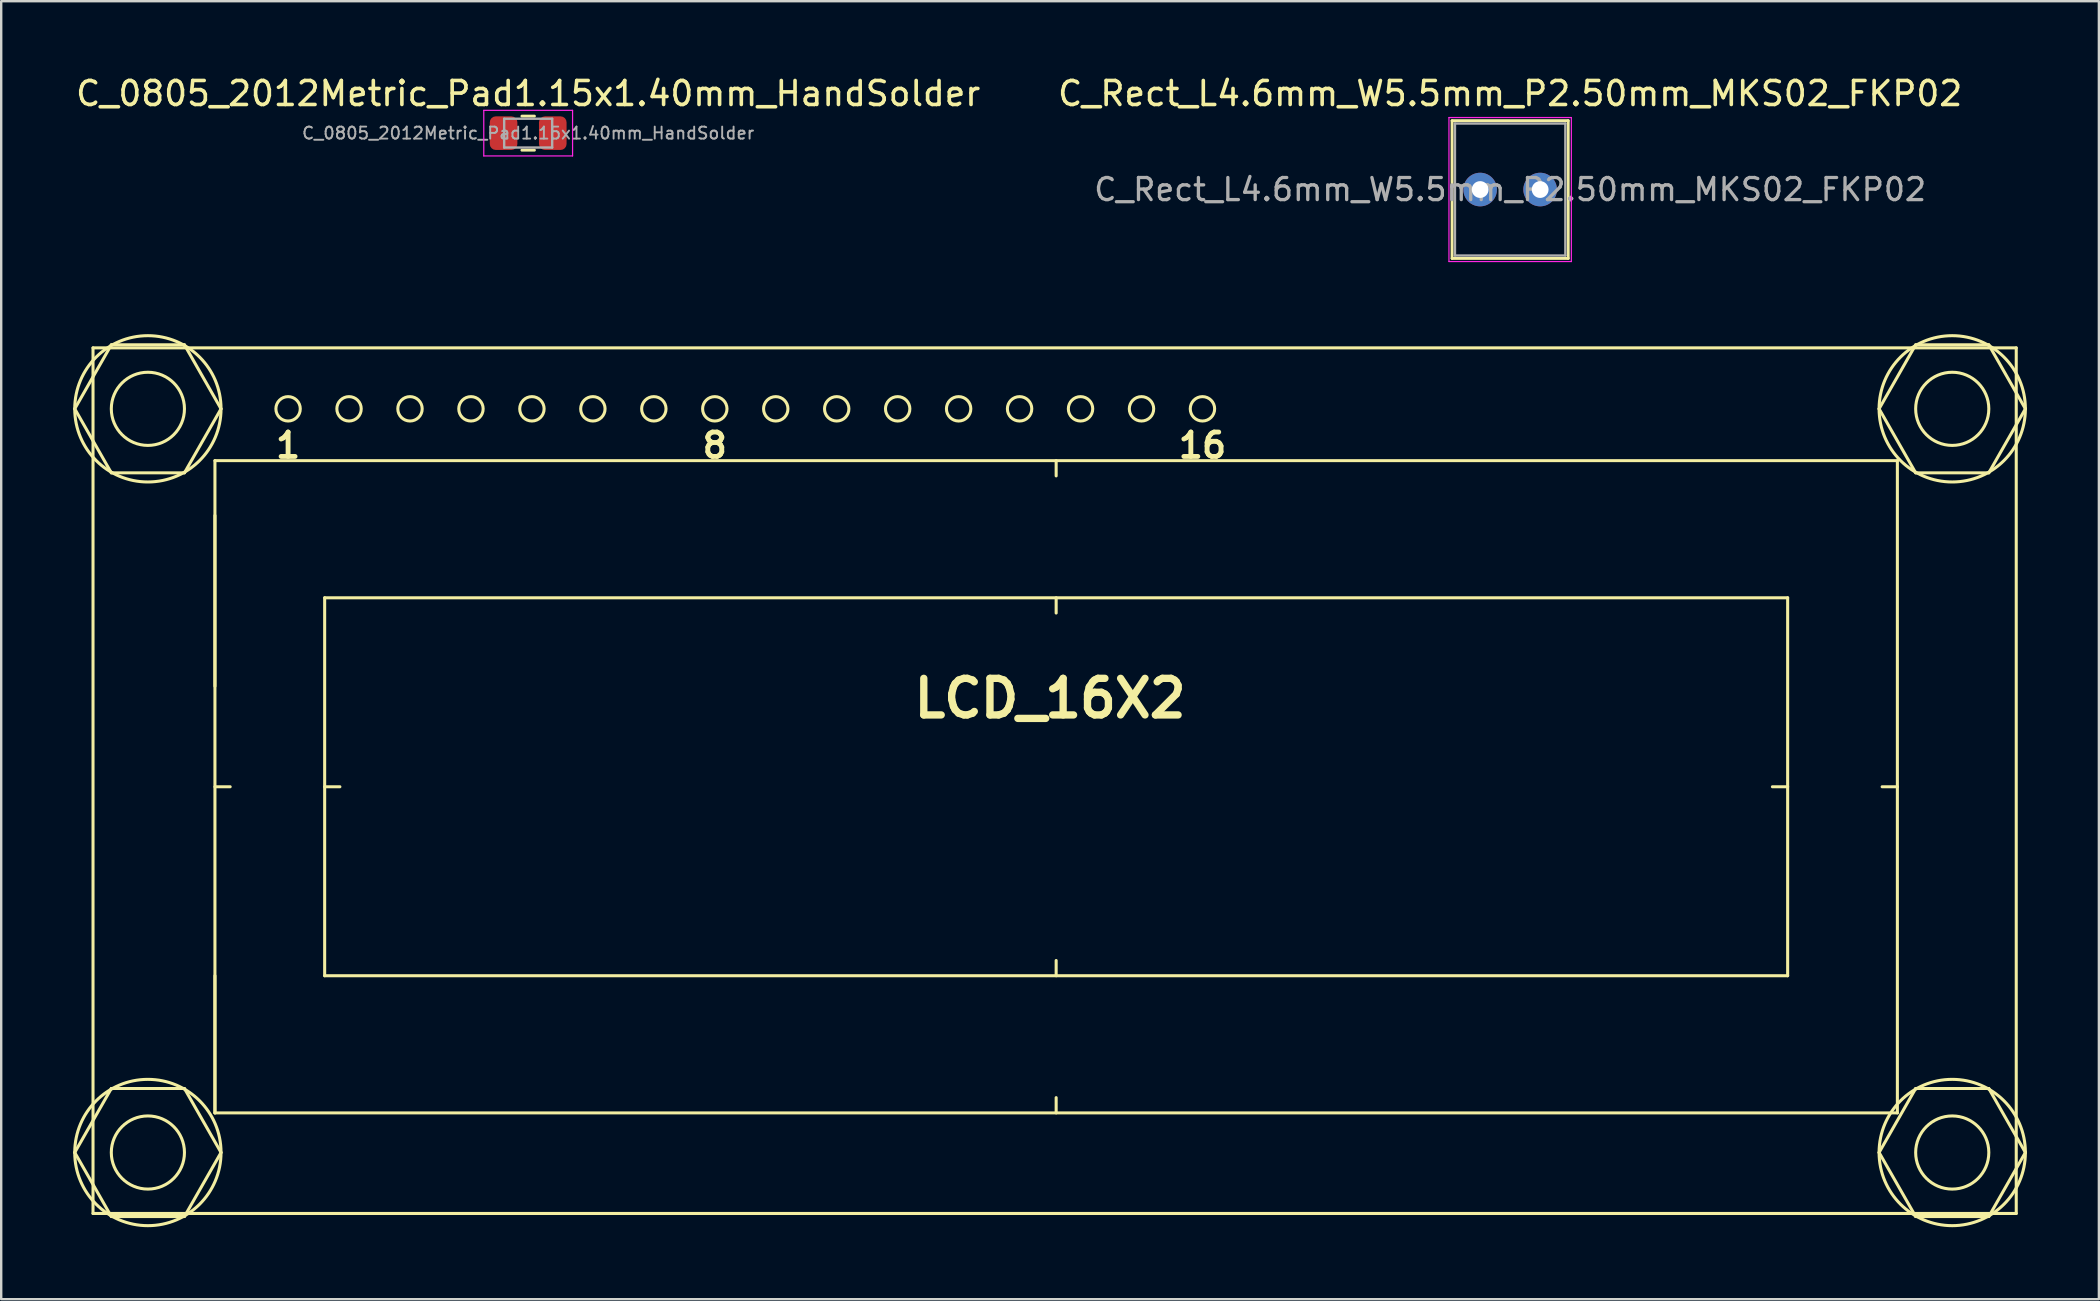
<source format=kicad_pcb>
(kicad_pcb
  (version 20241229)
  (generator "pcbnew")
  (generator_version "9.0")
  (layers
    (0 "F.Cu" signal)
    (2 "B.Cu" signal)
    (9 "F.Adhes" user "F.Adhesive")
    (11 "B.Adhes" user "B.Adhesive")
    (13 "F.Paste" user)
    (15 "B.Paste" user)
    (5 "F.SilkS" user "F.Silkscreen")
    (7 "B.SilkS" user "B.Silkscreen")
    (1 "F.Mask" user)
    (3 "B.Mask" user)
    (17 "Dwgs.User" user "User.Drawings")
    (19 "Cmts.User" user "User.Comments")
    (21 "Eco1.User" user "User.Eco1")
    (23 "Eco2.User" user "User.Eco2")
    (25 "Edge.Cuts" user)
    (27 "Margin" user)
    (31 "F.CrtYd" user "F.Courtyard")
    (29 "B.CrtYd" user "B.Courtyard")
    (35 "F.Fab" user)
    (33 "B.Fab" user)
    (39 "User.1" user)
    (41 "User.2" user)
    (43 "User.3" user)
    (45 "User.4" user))
  (footprint "LCD_16X2"
    (layer "F.Cu")
    (at 8.954 13.985)
    (property "Reference" "LCD_16X2" (at 31.75 12.065 0) (layer "F.SilkS") (effects (font (size 1.524 1.524) (thickness 0.305))))
    (attr through_hole)
    (fp_line (start -8.89 0) (end -7.366 2.667) (stroke (width 0.127) (type solid)) (layer "F.SilkS"))
    (fp_line (start -8.89 30.988) (end -7.366 28.321) (stroke (width 0.127) (type solid)) (layer "F.SilkS"))
    (fp_line (start -8.128 -2.54) (end -8.128 33.528) (stroke (width 0.127) (type solid)) (layer "F.SilkS"))
    (fp_line (start -8.128 33.528) (end 72.009 33.528) (stroke (width 0.127) (type solid)) (layer "F.SilkS"))
    (fp_line (start -7.366 -2.667) (end -8.89 0) (stroke (width 0.127) (type solid)) (layer "F.SilkS"))
    (fp_line (start -7.366 2.667) (end -4.318 2.667) (stroke (width 0.127) (type solid)) (layer "F.SilkS"))
    (fp_line (start -7.366 28.321) (end -4.318 28.321) (stroke (width 0.127) (type solid)) (layer "F.SilkS"))
    (fp_line (start -7.366 33.655) (end -8.89 30.988) (stroke (width 0.127) (type solid)) (layer "F.SilkS"))
    (fp_line (start -4.318 -2.667) (end -7.366 -2.667) (stroke (width 0.127) (type solid)) (layer "F.SilkS"))
    (fp_line (start -4.318 2.667) (end -2.794 0) (stroke (width 0.127) (type solid)) (layer "F.SilkS"))
    (fp_line (start -4.318 28.321) (end -2.794 30.988) (stroke (width 0.127) (type solid)) (layer "F.SilkS"))
    (fp_line (start -4.318 33.655) (end -7.366 33.655) (stroke (width 0.127) (type solid)) (layer "F.SilkS"))
    (fp_line (start -3.048 2.159) (end -3.048 29.337) (stroke (width 0.127) (type solid)) (layer "F.SilkS"))
    (fp_line (start -3.048 2.159) (end 67.056 2.159) (stroke (width 0.127) (type solid)) (layer "F.SilkS"))
    (fp_line (start -3.048 4.445) (end -3.048 11.557) (stroke (width 0.127) (type solid)) (layer "F.SilkS"))
    (fp_line (start -3.048 15.748) (end -2.413 15.748) (stroke (width 0.127) (type solid)) (layer "F.SilkS"))
    (fp_line (start -3.048 29.337) (end -3.048 23.622) (stroke (width 0.127) (type solid)) (layer "F.SilkS"))
    (fp_line (start -3.048 29.337) (end 67.056 29.337) (stroke (width 0.127) (type solid)) (layer "F.SilkS"))
    (fp_line (start -2.794 0) (end -4.318 -2.667) (stroke (width 0.127) (type solid)) (layer "F.SilkS"))
    (fp_line (start -2.794 30.988) (end -4.318 33.655) (stroke (width 0.127) (type solid)) (layer "F.SilkS"))
    (fp_line (start 1.524 7.874) (end 62.484 7.874) (stroke (width 0.127) (type solid)) (layer "F.SilkS"))
    (fp_line (start 1.524 15.748) (end 2.159 15.748) (stroke (width 0.127) (type solid)) (layer "F.SilkS"))
    (fp_line (start 1.524 23.622) (end 1.524 7.874) (stroke (width 0.127) (type solid)) (layer "F.SilkS"))
    (fp_line (start 32.004 2.159) (end 32.004 2.794) (stroke (width 0.127) (type solid)) (layer "F.SilkS"))
    (fp_line (start 32.004 7.874) (end 32.004 8.509) (stroke (width 0.127) (type solid)) (layer "F.SilkS"))
    (fp_line (start 32.004 23.622) (end 32.004 22.987) (stroke (width 0.127) (type solid)) (layer "F.SilkS"))
    (fp_line (start 32.004 29.337) (end 32.004 28.702) (stroke (width 0.127) (type solid)) (layer "F.SilkS"))
    (fp_line (start 62.484 7.874) (end 62.484 23.622) (stroke (width 0.127) (type solid)) (layer "F.SilkS"))
    (fp_line (start 62.484 15.748) (end 61.849 15.748) (stroke (width 0.127) (type solid)) (layer "F.SilkS"))
    (fp_line (start 62.484 23.622) (end 1.524 23.622) (stroke (width 0.127) (type solid)) (layer "F.SilkS"))
    (fp_line (start 66.294 0) (end 67.818 2.667) (stroke (width 0.127) (type solid)) (layer "F.SilkS"))
    (fp_line (start 66.294 30.988) (end 67.818 28.321) (stroke (width 0.127) (type solid)) (layer "F.SilkS"))
    (fp_line (start 67.056 15.748) (end 66.421 15.748) (stroke (width 0.127) (type solid)) (layer "F.SilkS"))
    (fp_line (start 67.056 29.337) (end 67.056 2.159) (stroke (width 0.127) (type solid)) (layer "F.SilkS"))
    (fp_line (start 67.818 -2.667) (end 66.294 0) (stroke (width 0.127) (type solid)) (layer "F.SilkS"))
    (fp_line (start 67.818 2.667) (end 70.866 2.667) (stroke (width 0.127) (type solid)) (layer "F.SilkS"))
    (fp_line (start 67.818 28.321) (end 70.866 28.321) (stroke (width 0.127) (type solid)) (layer "F.SilkS"))
    (fp_line (start 67.818 33.655) (end 66.294 30.988) (stroke (width 0.127) (type solid)) (layer "F.SilkS"))
    (fp_line (start 70.866 -2.667) (end 67.818 -2.667) (stroke (width 0.127) (type solid)) (layer "F.SilkS"))
    (fp_line (start 70.866 2.667) (end 72.39 0) (stroke (width 0.127) (type solid)) (layer "F.SilkS"))
    (fp_line (start 70.866 28.321) (end 72.39 30.988) (stroke (width 0.127) (type solid)) (layer "F.SilkS"))
    (fp_line (start 70.866 33.655) (end 67.818 33.655) (stroke (width 0.127) (type solid)) (layer "F.SilkS"))
    (fp_line (start 72.009 -2.54) (end -8.128 -2.54) (stroke (width 0.127) (type solid)) (layer "F.SilkS"))
    (fp_line (start 72.009 33.528) (end 72.009 -2.54) (stroke (width 0.127) (type solid)) (layer "F.SilkS"))
    (fp_line (start 72.39 0) (end 70.866 -2.667) (stroke (width 0.127) (type solid)) (layer "F.SilkS"))
    (fp_line (start 72.39 30.988) (end 70.866 33.655) (stroke (width 0.127) (type solid)) (layer "F.SilkS"))
    (fp_circle (center -5.842 0) (end -4.318 0) (stroke (width 0.127) (type solid)) (fill no) (layer "F.SilkS"))
    (fp_circle (center -5.842 0) (end -2.794 0) (stroke (width 0.127) (type solid)) (fill no) (layer "F.SilkS"))
    (fp_circle (center -5.842 30.988) (end -8.89 30.988) (stroke (width 0.127) (type solid)) (fill no) (layer "F.SilkS"))
    (fp_circle (center -5.842 30.988) (end -4.318 30.988) (stroke (width 0.127) (type solid)) (fill no) (layer "F.SilkS"))
    (fp_circle (center 0 0) (end 0.508 0) (stroke (width 0.127) (type solid)) (fill no) (layer "F.SilkS"))
    (fp_circle (center 2.54 0) (end 3.048 0) (stroke (width 0.127) (type solid)) (fill no) (layer "F.SilkS"))
    (fp_circle (center 5.08 0) (end 5.588 0) (stroke (width 0.127) (type solid)) (fill no) (layer "F.SilkS"))
    (fp_circle (center 7.62 0) (end 8.128 0) (stroke (width 0.127) (type solid)) (fill no) (layer "F.SilkS"))
    (fp_circle (center 10.16 0) (end 10.668 0) (stroke (width 0.127) (type solid)) (fill no) (layer "F.SilkS"))
    (fp_circle (center 12.7 0) (end 13.208 0) (stroke (width 0.127) (type solid)) (fill no) (layer "F.SilkS"))
    (fp_circle (center 15.24 0) (end 15.748 0) (stroke (width 0.127) (type solid)) (fill no) (layer "F.SilkS"))
    (fp_circle (center 17.78 0) (end 18.288 0) (stroke (width 0.127) (type solid)) (fill no) (layer "F.SilkS"))
    (fp_circle (center 20.32 0) (end 20.828 0) (stroke (width 0.127) (type solid)) (fill no) (layer "F.SilkS"))
    (fp_circle (center 22.86 0) (end 23.368 0) (stroke (width 0.127) (type solid)) (fill no) (layer "F.SilkS"))
    (fp_circle (center 25.4 0) (end 25.908 0) (stroke (width 0.127) (type solid)) (fill no) (layer "F.SilkS"))
    (fp_circle (center 27.94 0) (end 28.448 0) (stroke (width 0.127) (type solid)) (fill no) (layer "F.SilkS"))
    (fp_circle (center 30.48 0) (end 30.988 0) (stroke (width 0.127) (type solid)) (fill no) (layer "F.SilkS"))
    (fp_circle (center 33.02 0) (end 32.512 0) (stroke (width 0.127) (type solid)) (fill no) (layer "F.SilkS"))
    (fp_circle (center 35.56 0) (end 36.068 0) (stroke (width 0.127) (type solid)) (fill no) (layer "F.SilkS"))
    (fp_circle (center 38.1 0) (end 38.608 0) (stroke (width 0.127) (type solid)) (fill no) (layer "F.SilkS"))
    (fp_circle (center 69.342 0) (end 70.866 0) (stroke (width 0.127) (type solid)) (fill no) (layer "F.SilkS"))
    (fp_circle (center 69.342 0) (end 72.39 0) (stroke (width 0.127) (type solid)) (fill no) (layer "F.SilkS"))
    (fp_circle (center 69.342 30.988) (end 70.866 30.988) (stroke (width 0.127) (type solid)) (fill no) (layer "F.SilkS"))
    (fp_circle (center 69.342 30.988) (end 72.39 30.988) (stroke (width 0.127) (type solid)) (fill no) (layer "F.SilkS"))
    (fp_text user "8" (at 17.78 1.524 0) (layer "F.SilkS") (effects (font (size 1.016 1.016) (thickness 0.203))))
    (fp_text user "1" (at 0 1.524 0) (layer "F.SilkS") (effects (font (size 1.016 1.016) (thickness 0.203))))
    (fp_text user "16" (at 38.1 1.524 0) (layer "F.SilkS") (effects (font (size 1.016 1.016) (thickness 0.203)))))
  (footprint "C_0805_2012Metric_Pad1.15x1.40mm_HandSolder"
    (layer "F.Cu")
    (at 18.958 2.498)
    (property "Reference" "C_0805_2012Metric_Pad1.15x1.40mm_HandSolder" (at 0 -1.65 0) (layer "F.SilkS") (effects (font (size 1 1) (thickness 0.15))))
    (attr smd)
    (fp_line (start -0.261 -0.71) (end 0.261 -0.71) (stroke (width 0.12) (type solid)) (layer "F.SilkS"))
    (fp_line (start -0.261 0.71) (end 0.261 0.71) (stroke (width 0.12) (type solid)) (layer "F.SilkS"))
    (fp_line (start -1.85 -0.95) (end 1.85 -0.95) (stroke (width 0.05) (type solid)) (layer "F.CrtYd"))
    (fp_line (start -1.85 0.95) (end -1.85 -0.95) (stroke (width 0.05) (type solid)) (layer "F.CrtYd"))
    (fp_line (start 1.85 -0.95) (end 1.85 0.95) (stroke (width 0.05) (type solid)) (layer "F.CrtYd"))
    (fp_line (start 1.85 0.95) (end -1.85 0.95) (stroke (width 0.05) (type solid)) (layer "F.CrtYd"))
    (fp_line (start -1 -0.6) (end 1 -0.6) (stroke (width 0.1) (type solid)) (layer "F.Fab"))
    (fp_line (start -1 0.6) (end -1 -0.6) (stroke (width 0.1) (type solid)) (layer "F.Fab"))
    (fp_line (start 1 -0.6) (end 1 0.6) (stroke (width 0.1) (type solid)) (layer "F.Fab"))
    (fp_line (start 1 0.6) (end -1 0.6) (stroke (width 0.1) (type solid)) (layer "F.Fab"))
    (fp_text user "${REFERENCE}" (at 0 0 0) (layer "F.Fab") (effects (font (size 0.5 0.5) (thickness 0.08))))
    (pad "1" smd roundrect (at -1.025 0) (size 1.15 1.4) (layers "F.Cu" "F.Mask" "F.Paste") (roundrect_rratio 0.217))
    (pad "2" smd roundrect (at 1.025 0) (size 1.15 1.4) (layers "F.Cu" "F.Mask" "F.Paste") (roundrect_rratio 0.217)))
  (footprint "C_Rect_L4.6mm_W5.5mm_P2.50mm_MKS02_FKP02"
    (layer "F.Cu")
    (at 58.625 4.848)
    (property "Reference" "C_Rect_L4.6mm_W5.5mm_P2.50mm_MKS02_FKP02" (at 1.25 -4 0) (layer "F.SilkS") (effects (font (size 1 1) (thickness 0.15))))
    (attr through_hole)
    (fp_line (start -1.17 -2.87) (end -1.17 2.87) (stroke (width 0.12) (type solid)) (layer "F.SilkS"))
    (fp_line (start -1.17 -2.87) (end 3.67 -2.87) (stroke (width 0.12) (type solid)) (layer "F.SilkS"))
    (fp_line (start -1.17 2.87) (end 3.67 2.87) (stroke (width 0.12) (type solid)) (layer "F.SilkS"))
    (fp_line (start 3.67 -2.87) (end 3.67 2.87) (stroke (width 0.12) (type solid)) (layer "F.SilkS"))
    (fp_line (start -1.3 -3) (end -1.3 3) (stroke (width 0.05) (type solid)) (layer "F.CrtYd"))
    (fp_line (start -1.3 3) (end 3.8 3) (stroke (width 0.05) (type solid)) (layer "F.CrtYd"))
    (fp_line (start 3.8 -3) (end -1.3 -3) (stroke (width 0.05) (type solid)) (layer "F.CrtYd"))
    (fp_line (start 3.8 3) (end 3.8 -3) (stroke (width 0.05) (type solid)) (layer "F.CrtYd"))
    (fp_line (start -1.05 -2.75) (end -1.05 2.75) (stroke (width 0.1) (type solid)) (layer "F.Fab"))
    (fp_line (start -1.05 2.75) (end 3.55 2.75) (stroke (width 0.1) (type solid)) (layer "F.Fab"))
    (fp_line (start 3.55 -2.75) (end -1.05 -2.75) (stroke (width 0.1) (type solid)) (layer "F.Fab"))
    (fp_line (start 3.55 2.75) (end 3.55 -2.75) (stroke (width 0.1) (type solid)) (layer "F.Fab"))
    (fp_text user "${REFERENCE}" (at 1.25 0 0) (layer "F.Fab") (effects (font (size 0.92 0.92) (thickness 0.138))))
    (pad "1" thru_hole circle (at 0 0) (size 1.4 1.4) (drill 0.7) (layers "*.Cu" "*.Mask"))
    (pad "2" thru_hole circle (at 2.5 0) (size 1.4 1.4) (drill 0.7) (layers "*.Cu" "*.Mask")))
  (gr_rect
    (start -3 -3)
    (end 84.407 51.084)
    (stroke (width 0.1) (type default))
    (fill no)
    (layer "Edge.Cuts")))
</source>
